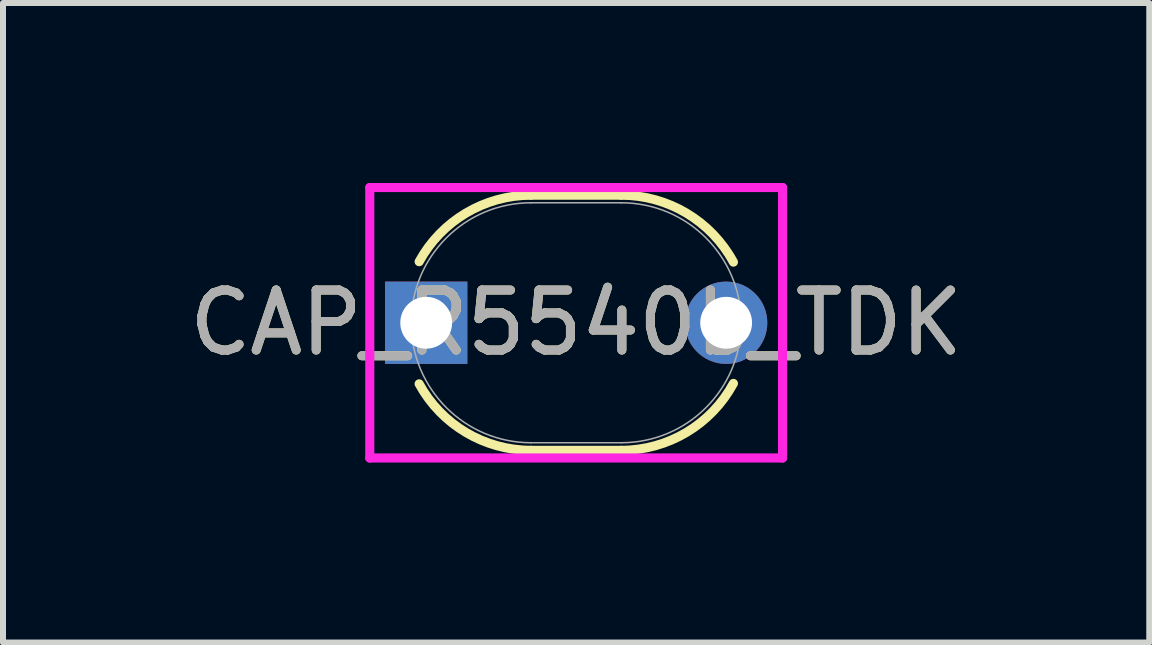
<source format=kicad_pcb>
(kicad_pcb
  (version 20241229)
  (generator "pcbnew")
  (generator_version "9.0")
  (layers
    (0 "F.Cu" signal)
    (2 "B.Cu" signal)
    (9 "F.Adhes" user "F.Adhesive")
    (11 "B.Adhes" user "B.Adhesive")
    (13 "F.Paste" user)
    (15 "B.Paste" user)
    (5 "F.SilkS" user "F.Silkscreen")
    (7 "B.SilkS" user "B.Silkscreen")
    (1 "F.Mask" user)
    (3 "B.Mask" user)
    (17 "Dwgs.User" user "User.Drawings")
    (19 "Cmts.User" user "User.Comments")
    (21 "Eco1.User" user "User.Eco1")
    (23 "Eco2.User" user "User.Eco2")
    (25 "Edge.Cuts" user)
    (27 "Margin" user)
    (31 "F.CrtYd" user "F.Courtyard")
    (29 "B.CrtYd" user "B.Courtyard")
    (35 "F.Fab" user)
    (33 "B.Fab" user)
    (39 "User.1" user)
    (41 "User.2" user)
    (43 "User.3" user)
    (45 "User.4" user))
  (footprint "CAP_R5540b_TDK"
    (layer "F.Cu")
    (at 6.554 2.33)
    (property "Reference" "CAP_R5540b_TDK" (at 0 0 0) (unlocked yes) (layer "F.SilkS") (effects (font (size 1 1) (thickness 0.15))))
    (attr through_hole)
    (fp_line (start -0.75 -2.127) (end 0.75 -2.127) (stroke (width 0.152) (type solid)) (layer "F.SilkS"))
    (fp_line (start -0.75 2.127) (end 0.75 2.127) (stroke (width 0.152) (type solid)) (layer "F.SilkS"))
    (fp_arc (start -2.617272 -1.01854) (mid -1.835747 -1.829011) (end -0.75 -2.127) (stroke (width 0.1524) (type solid)) (layer "F.SilkS"))
    (fp_arc (start -0.75 2.127) (mid -1.835748 1.829011) (end -2.617272 1.018539) (stroke (width 0.1524) (type solid)) (layer "F.SilkS"))
    (fp_arc (start 0.75 -2.127) (mid 1.839285 -1.826906) (end 2.621201 -1.011303) (stroke (width 0.1524) (type solid)) (layer "F.SilkS"))
    (fp_arc (start 2.621201 1.011303) (mid 1.839285 1.826906) (end 0.75 2.127) (stroke (width 0.1524) (type solid)) (layer "F.SilkS"))
    (fp_line (start -3.44 -2.254) (end 3.44 -2.254) (stroke (width 0.152) (type solid)) (layer "F.CrtYd"))
    (fp_line (start -3.44 2.254) (end -3.44 -2.254) (stroke (width 0.152) (type solid)) (layer "F.CrtYd"))
    (fp_line (start 3.44 -2.254) (end 3.44 2.254) (stroke (width 0.152) (type solid)) (layer "F.CrtYd"))
    (fp_line (start 3.44 2.254) (end -3.44 2.254) (stroke (width 0.152) (type solid)) (layer "F.CrtYd"))
    (fp_line (start -0.75 -2) (end 0.75 -2) (stroke (width 0.025) (type solid)) (layer "F.Fab"))
    (fp_line (start -0.75 2) (end 0.75 2) (stroke (width 0.025) (type solid)) (layer "F.Fab"))
    (fp_arc (start -0.75 2) (mid -2.75 0) (end -0.75 -2) (stroke (width 0.0254) (type solid)) (layer "F.Fab"))
    (fp_arc (start 0.75 -2) (mid 2.75 0) (end 0.75 2) (stroke (width 0.0254) (type solid)) (layer "F.Fab"))
    (fp_text user "${REFERENCE}" (at 0 0 0) (unlocked yes) (layer "F.Fab") (effects (font (size 1 1) (thickness 0.15))))
    (pad "1" thru_hole rect (at -2.5 0) (size 1.372 1.372) (drill 0.864) (layers "*.Cu" "*.Mask"))
    (pad "2" thru_hole circle (at 2.5 0) (size 1.372 1.372) (drill 0.864) (layers "*.Cu" "*.Mask")))
  (gr_rect
    (start -3 -3)
    (end 16.107 7.66)
    (stroke (width 0.1) (type default))
    (fill no)
    (layer "Edge.Cuts")))
</source>
